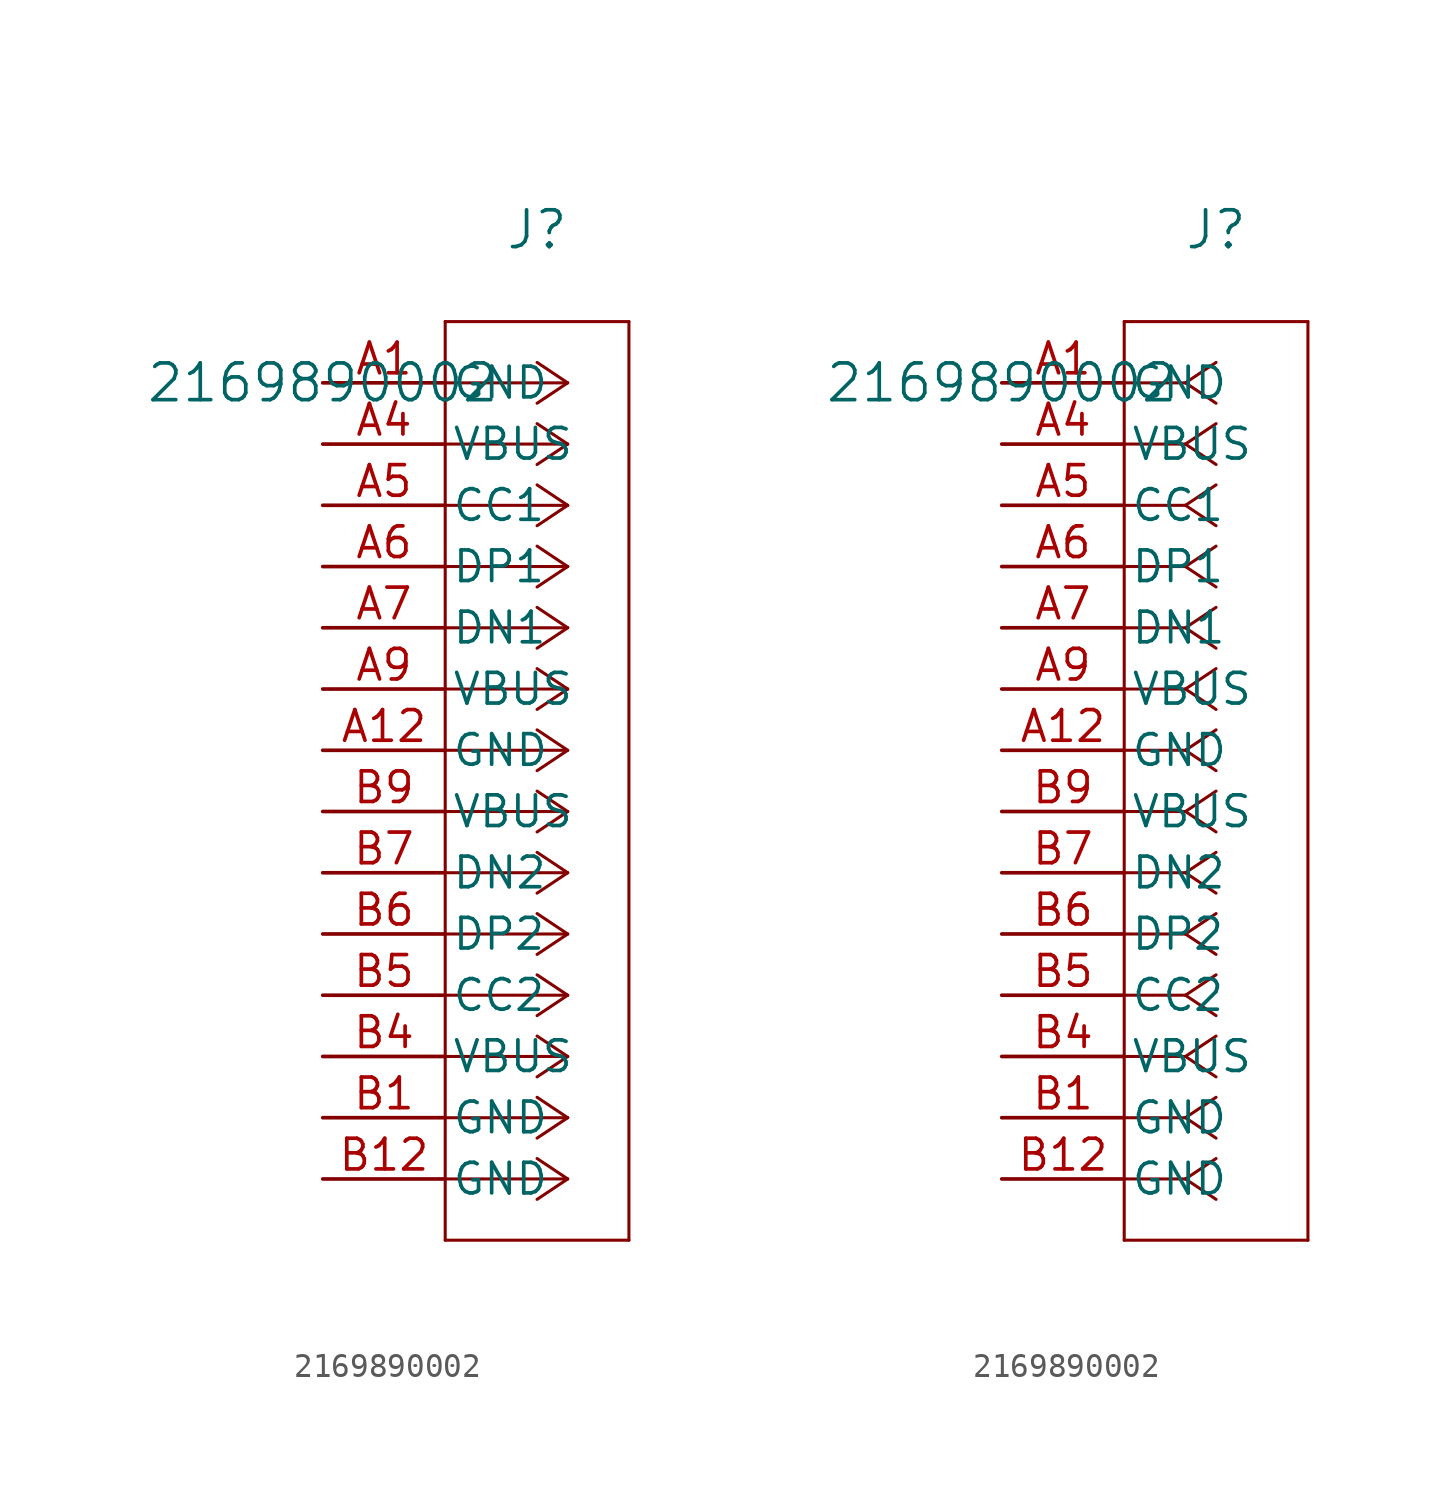
<source format=kicad_sym>
(kicad_symbol_lib
  (version 20211014)
  (generator kicad_symbol_editor)
  (symbol "2169890002"
    (pin_names
      (offset 0.254))
    (property "Reference" "J"
      (at 8.89 6.35 0)
      (effects (font (size 1.524 1.524))))
    (property "Value" "2169890002"
      (at 0 0 0)
      (effects (font (size 1.524 1.524))))
    (property "ki_locked" ""
      (at 0 0 0)
      (effects (font (size 1.27 1.27))))
    (symbol "2169890002_1_1"
      (polyline (pts (xy 5.08 -35.56) (xy 12.7 -35.56)) (stroke (width 0.127) (type default) (color 0 0 0 0)) (fill (type none)))
      (polyline (pts (xy 5.08 2.54) (xy 5.08 -35.56)) (stroke (width 0.127) (type default) (color 0 0 0 0)) (fill (type none)))
      (polyline (pts (xy 10.16 -33.02) (xy 5.08 -33.02)) (stroke (width 0.127) (type default) (color 0 0 0 0)) (fill (type none)))
      (polyline (pts (xy 10.16 -33.02) (xy 8.89 -33.867)) (stroke (width 0.127) (type default) (color 0 0 0 0)) (fill (type none)))
      (polyline (pts (xy 10.16 -33.02) (xy 8.89 -32.173)) (stroke (width 0.127) (type default) (color 0 0 0 0)) (fill (type none)))
      (polyline (pts (xy 10.16 -30.48) (xy 5.08 -30.48)) (stroke (width 0.127) (type default) (color 0 0 0 0)) (fill (type none)))
      (polyline (pts (xy 10.16 -30.48) (xy 8.89 -31.327)) (stroke (width 0.127) (type default) (color 0 0 0 0)) (fill (type none)))
      (polyline (pts (xy 10.16 -30.48) (xy 8.89 -29.633)) (stroke (width 0.127) (type default) (color 0 0 0 0)) (fill (type none)))
      (polyline (pts (xy 10.16 -27.94) (xy 5.08 -27.94)) (stroke (width 0.127) (type default) (color 0 0 0 0)) (fill (type none)))
      (polyline (pts (xy 10.16 -27.94) (xy 8.89 -28.787)) (stroke (width 0.127) (type default) (color 0 0 0 0)) (fill (type none)))
      (polyline (pts (xy 10.16 -27.94) (xy 8.89 -27.093)) (stroke (width 0.127) (type default) (color 0 0 0 0)) (fill (type none)))
      (polyline (pts (xy 10.16 -25.4) (xy 5.08 -25.4)) (stroke (width 0.127) (type default) (color 0 0 0 0)) (fill (type none)))
      (polyline (pts (xy 10.16 -25.4) (xy 8.89 -26.247)) (stroke (width 0.127) (type default) (color 0 0 0 0)) (fill (type none)))
      (polyline (pts (xy 10.16 -25.4) (xy 8.89 -24.553)) (stroke (width 0.127) (type default) (color 0 0 0 0)) (fill (type none)))
      (polyline (pts (xy 10.16 -22.86) (xy 5.08 -22.86)) (stroke (width 0.127) (type default) (color 0 0 0 0)) (fill (type none)))
      (polyline (pts (xy 10.16 -22.86) (xy 8.89 -23.707)) (stroke (width 0.127) (type default) (color 0 0 0 0)) (fill (type none)))
      (polyline (pts (xy 10.16 -22.86) (xy 8.89 -22.013)) (stroke (width 0.127) (type default) (color 0 0 0 0)) (fill (type none)))
      (polyline (pts (xy 10.16 -20.32) (xy 5.08 -20.32)) (stroke (width 0.127) (type default) (color 0 0 0 0)) (fill (type none)))
      (polyline (pts (xy 10.16 -20.32) (xy 8.89 -21.167)) (stroke (width 0.127) (type default) (color 0 0 0 0)) (fill (type none)))
      (polyline (pts (xy 10.16 -20.32) (xy 8.89 -19.473)) (stroke (width 0.127) (type default) (color 0 0 0 0)) (fill (type none)))
      (polyline (pts (xy 10.16 -17.78) (xy 5.08 -17.78)) (stroke (width 0.127) (type default) (color 0 0 0 0)) (fill (type none)))
      (polyline (pts (xy 10.16 -17.78) (xy 8.89 -18.627)) (stroke (width 0.127) (type default) (color 0 0 0 0)) (fill (type none)))
      (polyline (pts (xy 10.16 -17.78) (xy 8.89 -16.933)) (stroke (width 0.127) (type default) (color 0 0 0 0)) (fill (type none)))
      (polyline (pts (xy 10.16 -15.24) (xy 5.08 -15.24)) (stroke (width 0.127) (type default) (color 0 0 0 0)) (fill (type none)))
      (polyline (pts (xy 10.16 -15.24) (xy 8.89 -16.087)) (stroke (width 0.127) (type default) (color 0 0 0 0)) (fill (type none)))
      (polyline (pts (xy 10.16 -15.24) (xy 8.89 -14.393)) (stroke (width 0.127) (type default) (color 0 0 0 0)) (fill (type none)))
      (polyline (pts (xy 10.16 -12.7) (xy 5.08 -12.7)) (stroke (width 0.127) (type default) (color 0 0 0 0)) (fill (type none)))
      (polyline (pts (xy 10.16 -12.7) (xy 8.89 -13.547)) (stroke (width 0.127) (type default) (color 0 0 0 0)) (fill (type none)))
      (polyline (pts (xy 10.16 -12.7) (xy 8.89 -11.853)) (stroke (width 0.127) (type default) (color 0 0 0 0)) (fill (type none)))
      (polyline (pts (xy 10.16 -10.16) (xy 5.08 -10.16)) (stroke (width 0.127) (type default) (color 0 0 0 0)) (fill (type none)))
      (polyline (pts (xy 10.16 -10.16) (xy 8.89 -11.007)) (stroke (width 0.127) (type default) (color 0 0 0 0)) (fill (type none)))
      (polyline (pts (xy 10.16 -10.16) (xy 8.89 -9.313)) (stroke (width 0.127) (type default) (color 0 0 0 0)) (fill (type none)))
      (polyline (pts (xy 10.16 -7.62) (xy 5.08 -7.62)) (stroke (width 0.127) (type default) (color 0 0 0 0)) (fill (type none)))
      (polyline (pts (xy 10.16 -7.62) (xy 8.89 -8.467)) (stroke (width 0.127) (type default) (color 0 0 0 0)) (fill (type none)))
      (polyline (pts (xy 10.16 -7.62) (xy 8.89 -6.773)) (stroke (width 0.127) (type default) (color 0 0 0 0)) (fill (type none)))
      (polyline (pts (xy 10.16 -5.08) (xy 5.08 -5.08)) (stroke (width 0.127) (type default) (color 0 0 0 0)) (fill (type none)))
      (polyline (pts (xy 10.16 -5.08) (xy 8.89 -5.927)) (stroke (width 0.127) (type default) (color 0 0 0 0)) (fill (type none)))
      (polyline (pts (xy 10.16 -5.08) (xy 8.89 -4.233)) (stroke (width 0.127) (type default) (color 0 0 0 0)) (fill (type none)))
      (polyline (pts (xy 10.16 -2.54) (xy 5.08 -2.54)) (stroke (width 0.127) (type default) (color 0 0 0 0)) (fill (type none)))
      (polyline (pts (xy 10.16 -2.54) (xy 8.89 -3.387)) (stroke (width 0.127) (type default) (color 0 0 0 0)) (fill (type none)))
      (polyline (pts (xy 10.16 -2.54) (xy 8.89 -1.693)) (stroke (width 0.127) (type default) (color 0 0 0 0)) (fill (type none)))
      (polyline (pts (xy 10.16 0) (xy 5.08 0)) (stroke (width 0.127) (type default) (color 0 0 0 0)) (fill (type none)))
      (polyline (pts (xy 10.16 0) (xy 8.89 -0.847)) (stroke (width 0.127) (type default) (color 0 0 0 0)) (fill (type none)))
      (polyline (pts (xy 10.16 0) (xy 8.89 0.847)) (stroke (width 0.127) (type default) (color 0 0 0 0)) (fill (type none)))
      (polyline (pts (xy 12.7 -35.56) (xy 12.7 2.54)) (stroke (width 0.127) (type default) (color 0 0 0 0)) (fill (type none)))
      (polyline (pts (xy 12.7 2.54) (xy 5.08 2.54)) (stroke (width 0.127) (type default) (color 0 0 0 0)) (fill (type none)))
      (pin unspecified line (at 0 0 0) (length 5.08) (name "GND" (effects (font (size 1.27 1.27)))) (number "A1" (effects (font (size 1.27 1.27)))))
      (pin unspecified line (at 0 -15.24 0) (length 5.08) (name "GND" (effects (font (size 1.27 1.27)))) (number "A12" (effects (font (size 1.27 1.27)))))
      (pin unspecified line (at 0 -2.54 0) (length 5.08) (name "VBUS" (effects (font (size 1.27 1.27)))) (number "A4" (effects (font (size 1.27 1.27)))))
      (pin unspecified line (at 0 -5.08 0) (length 5.08) (name "CC1" (effects (font (size 1.27 1.27)))) (number "A5" (effects (font (size 1.27 1.27)))))
      (pin unspecified line (at 0 -7.62 0) (length 5.08) (name "DP1" (effects (font (size 1.27 1.27)))) (number "A6" (effects (font (size 1.27 1.27)))))
      (pin unspecified line (at 0 -10.16 0) (length 5.08) (name "DN1" (effects (font (size 1.27 1.27)))) (number "A7" (effects (font (size 1.27 1.27)))))
      (pin unspecified line (at 0 -12.7 0) (length 5.08) (name "VBUS" (effects (font (size 1.27 1.27)))) (number "A9" (effects (font (size 1.27 1.27)))))
      (pin unspecified line (at 0 -30.48 0) (length 5.08) (name "GND" (effects (font (size 1.27 1.27)))) (number "B1" (effects (font (size 1.27 1.27)))))
      (pin unspecified line (at 0 -33.02 0) (length 5.08) (name "GND" (effects (font (size 1.27 1.27)))) (number "B12" (effects (font (size 1.27 1.27)))))
      (pin unspecified line (at 0 -27.94 0) (length 5.08) (name "VBUS" (effects (font (size 1.27 1.27)))) (number "B4" (effects (font (size 1.27 1.27)))))
      (pin unspecified line (at 0 -25.4 0) (length 5.08) (name "CC2" (effects (font (size 1.27 1.27)))) (number "B5" (effects (font (size 1.27 1.27)))))
      (pin unspecified line (at 0 -22.86 0) (length 5.08) (name "DP2" (effects (font (size 1.27 1.27)))) (number "B6" (effects (font (size 1.27 1.27)))))
      (pin unspecified line (at 0 -20.32 0) (length 5.08) (name "DN2" (effects (font (size 1.27 1.27)))) (number "B7" (effects (font (size 1.27 1.27)))))
      (pin unspecified line (at 0 -17.78 0) (length 5.08) (name "VBUS" (effects (font (size 1.27 1.27)))) (number "B9" (effects (font (size 1.27 1.27))))))
    (symbol "2169890002_1_2"
      (polyline (pts (xy 5.08 -35.56) (xy 12.7 -35.56)) (stroke (width 0.127) (type default) (color 0 0 0 0)) (fill (type none)))
      (polyline (pts (xy 5.08 2.54) (xy 5.08 -35.56)) (stroke (width 0.127) (type default) (color 0 0 0 0)) (fill (type none)))
      (polyline (pts (xy 7.62 -33.02) (xy 5.08 -33.02)) (stroke (width 0.127) (type default) (color 0 0 0 0)) (fill (type none)))
      (polyline (pts (xy 7.62 -33.02) (xy 8.89 -33.867)) (stroke (width 0.127) (type default) (color 0 0 0 0)) (fill (type none)))
      (polyline (pts (xy 7.62 -33.02) (xy 8.89 -32.173)) (stroke (width 0.127) (type default) (color 0 0 0 0)) (fill (type none)))
      (polyline (pts (xy 7.62 -30.48) (xy 5.08 -30.48)) (stroke (width 0.127) (type default) (color 0 0 0 0)) (fill (type none)))
      (polyline (pts (xy 7.62 -30.48) (xy 8.89 -31.327)) (stroke (width 0.127) (type default) (color 0 0 0 0)) (fill (type none)))
      (polyline (pts (xy 7.62 -30.48) (xy 8.89 -29.633)) (stroke (width 0.127) (type default) (color 0 0 0 0)) (fill (type none)))
      (polyline (pts (xy 7.62 -27.94) (xy 5.08 -27.94)) (stroke (width 0.127) (type default) (color 0 0 0 0)) (fill (type none)))
      (polyline (pts (xy 7.62 -27.94) (xy 8.89 -28.787)) (stroke (width 0.127) (type default) (color 0 0 0 0)) (fill (type none)))
      (polyline (pts (xy 7.62 -27.94) (xy 8.89 -27.093)) (stroke (width 0.127) (type default) (color 0 0 0 0)) (fill (type none)))
      (polyline (pts (xy 7.62 -25.4) (xy 5.08 -25.4)) (stroke (width 0.127) (type default) (color 0 0 0 0)) (fill (type none)))
      (polyline (pts (xy 7.62 -25.4) (xy 8.89 -26.247)) (stroke (width 0.127) (type default) (color 0 0 0 0)) (fill (type none)))
      (polyline (pts (xy 7.62 -25.4) (xy 8.89 -24.553)) (stroke (width 0.127) (type default) (color 0 0 0 0)) (fill (type none)))
      (polyline (pts (xy 7.62 -22.86) (xy 5.08 -22.86)) (stroke (width 0.127) (type default) (color 0 0 0 0)) (fill (type none)))
      (polyline (pts (xy 7.62 -22.86) (xy 8.89 -23.707)) (stroke (width 0.127) (type default) (color 0 0 0 0)) (fill (type none)))
      (polyline (pts (xy 7.62 -22.86) (xy 8.89 -22.013)) (stroke (width 0.127) (type default) (color 0 0 0 0)) (fill (type none)))
      (polyline (pts (xy 7.62 -20.32) (xy 5.08 -20.32)) (stroke (width 0.127) (type default) (color 0 0 0 0)) (fill (type none)))
      (polyline (pts (xy 7.62 -20.32) (xy 8.89 -21.167)) (stroke (width 0.127) (type default) (color 0 0 0 0)) (fill (type none)))
      (polyline (pts (xy 7.62 -20.32) (xy 8.89 -19.473)) (stroke (width 0.127) (type default) (color 0 0 0 0)) (fill (type none)))
      (polyline (pts (xy 7.62 -17.78) (xy 5.08 -17.78)) (stroke (width 0.127) (type default) (color 0 0 0 0)) (fill (type none)))
      (polyline (pts (xy 7.62 -17.78) (xy 8.89 -18.627)) (stroke (width 0.127) (type default) (color 0 0 0 0)) (fill (type none)))
      (polyline (pts (xy 7.62 -17.78) (xy 8.89 -16.933)) (stroke (width 0.127) (type default) (color 0 0 0 0)) (fill (type none)))
      (polyline (pts (xy 7.62 -15.24) (xy 5.08 -15.24)) (stroke (width 0.127) (type default) (color 0 0 0 0)) (fill (type none)))
      (polyline (pts (xy 7.62 -15.24) (xy 8.89 -16.087)) (stroke (width 0.127) (type default) (color 0 0 0 0)) (fill (type none)))
      (polyline (pts (xy 7.62 -15.24) (xy 8.89 -14.393)) (stroke (width 0.127) (type default) (color 0 0 0 0)) (fill (type none)))
      (polyline (pts (xy 7.62 -12.7) (xy 5.08 -12.7)) (stroke (width 0.127) (type default) (color 0 0 0 0)) (fill (type none)))
      (polyline (pts (xy 7.62 -12.7) (xy 8.89 -13.547)) (stroke (width 0.127) (type default) (color 0 0 0 0)) (fill (type none)))
      (polyline (pts (xy 7.62 -12.7) (xy 8.89 -11.853)) (stroke (width 0.127) (type default) (color 0 0 0 0)) (fill (type none)))
      (polyline (pts (xy 7.62 -10.16) (xy 5.08 -10.16)) (stroke (width 0.127) (type default) (color 0 0 0 0)) (fill (type none)))
      (polyline (pts (xy 7.62 -10.16) (xy 8.89 -11.007)) (stroke (width 0.127) (type default) (color 0 0 0 0)) (fill (type none)))
      (polyline (pts (xy 7.62 -10.16) (xy 8.89 -9.313)) (stroke (width 0.127) (type default) (color 0 0 0 0)) (fill (type none)))
      (polyline (pts (xy 7.62 -7.62) (xy 5.08 -7.62)) (stroke (width 0.127) (type default) (color 0 0 0 0)) (fill (type none)))
      (polyline (pts (xy 7.62 -7.62) (xy 8.89 -8.467)) (stroke (width 0.127) (type default) (color 0 0 0 0)) (fill (type none)))
      (polyline (pts (xy 7.62 -7.62) (xy 8.89 -6.773)) (stroke (width 0.127) (type default) (color 0 0 0 0)) (fill (type none)))
      (polyline (pts (xy 7.62 -5.08) (xy 5.08 -5.08)) (stroke (width 0.127) (type default) (color 0 0 0 0)) (fill (type none)))
      (polyline (pts (xy 7.62 -5.08) (xy 8.89 -5.927)) (stroke (width 0.127) (type default) (color 0 0 0 0)) (fill (type none)))
      (polyline (pts (xy 7.62 -5.08) (xy 8.89 -4.233)) (stroke (width 0.127) (type default) (color 0 0 0 0)) (fill (type none)))
      (polyline (pts (xy 7.62 -2.54) (xy 5.08 -2.54)) (stroke (width 0.127) (type default) (color 0 0 0 0)) (fill (type none)))
      (polyline (pts (xy 7.62 -2.54) (xy 8.89 -3.387)) (stroke (width 0.127) (type default) (color 0 0 0 0)) (fill (type none)))
      (polyline (pts (xy 7.62 -2.54) (xy 8.89 -1.693)) (stroke (width 0.127) (type default) (color 0 0 0 0)) (fill (type none)))
      (polyline (pts (xy 7.62 0) (xy 5.08 0)) (stroke (width 0.127) (type default) (color 0 0 0 0)) (fill (type none)))
      (polyline (pts (xy 7.62 0) (xy 8.89 -0.847)) (stroke (width 0.127) (type default) (color 0 0 0 0)) (fill (type none)))
      (polyline (pts (xy 7.62 0) (xy 8.89 0.847)) (stroke (width 0.127) (type default) (color 0 0 0 0)) (fill (type none)))
      (polyline (pts (xy 12.7 -35.56) (xy 12.7 2.54)) (stroke (width 0.127) (type default) (color 0 0 0 0)) (fill (type none)))
      (polyline (pts (xy 12.7 2.54) (xy 5.08 2.54)) (stroke (width 0.127) (type default) (color 0 0 0 0)) (fill (type none)))
      (pin unspecified line (at 0 0 0) (length 5.08) (name "GND" (effects (font (size 1.27 1.27)))) (number "A1" (effects (font (size 1.27 1.27)))))
      (pin unspecified line (at 0 -15.24 0) (length 5.08) (name "GND" (effects (font (size 1.27 1.27)))) (number "A12" (effects (font (size 1.27 1.27)))))
      (pin unspecified line (at 0 -2.54 0) (length 5.08) (name "VBUS" (effects (font (size 1.27 1.27)))) (number "A4" (effects (font (size 1.27 1.27)))))
      (pin unspecified line (at 0 -5.08 0) (length 5.08) (name "CC1" (effects (font (size 1.27 1.27)))) (number "A5" (effects (font (size 1.27 1.27)))))
      (pin unspecified line (at 0 -7.62 0) (length 5.08) (name "DP1" (effects (font (size 1.27 1.27)))) (number "A6" (effects (font (size 1.27 1.27)))))
      (pin unspecified line (at 0 -10.16 0) (length 5.08) (name "DN1" (effects (font (size 1.27 1.27)))) (number "A7" (effects (font (size 1.27 1.27)))))
      (pin unspecified line (at 0 -12.7 0) (length 5.08) (name "VBUS" (effects (font (size 1.27 1.27)))) (number "A9" (effects (font (size 1.27 1.27)))))
      (pin unspecified line (at 0 -30.48 0) (length 5.08) (name "GND" (effects (font (size 1.27 1.27)))) (number "B1" (effects (font (size 1.27 1.27)))))
      (pin unspecified line (at 0 -33.02 0) (length 5.08) (name "GND" (effects (font (size 1.27 1.27)))) (number "B12" (effects (font (size 1.27 1.27)))))
      (pin unspecified line (at 0 -27.94 0) (length 5.08) (name "VBUS" (effects (font (size 1.27 1.27)))) (number "B4" (effects (font (size 1.27 1.27)))))
      (pin unspecified line (at 0 -25.4 0) (length 5.08) (name "CC2" (effects (font (size 1.27 1.27)))) (number "B5" (effects (font (size 1.27 1.27)))))
      (pin unspecified line (at 0 -22.86 0) (length 5.08) (name "DP2" (effects (font (size 1.27 1.27)))) (number "B6" (effects (font (size 1.27 1.27)))))
      (pin unspecified line (at 0 -20.32 0) (length 5.08) (name "DN2" (effects (font (size 1.27 1.27)))) (number "B7" (effects (font (size 1.27 1.27)))))
      (pin unspecified line (at 0 -17.78 0) (length 5.08) (name "VBUS" (effects (font (size 1.27 1.27)))) (number "B9" (effects (font (size 1.27 1.27))))))))
</source>
